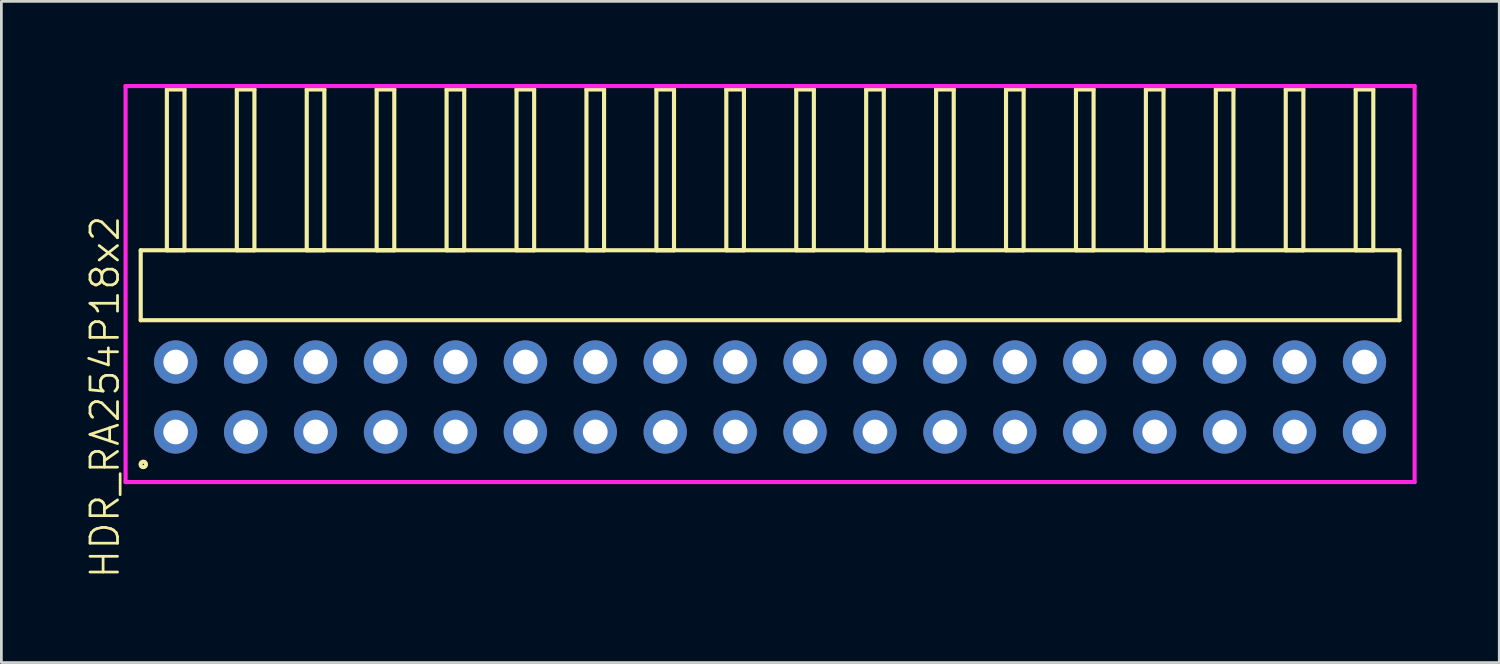
<source format=kicad_pcb>
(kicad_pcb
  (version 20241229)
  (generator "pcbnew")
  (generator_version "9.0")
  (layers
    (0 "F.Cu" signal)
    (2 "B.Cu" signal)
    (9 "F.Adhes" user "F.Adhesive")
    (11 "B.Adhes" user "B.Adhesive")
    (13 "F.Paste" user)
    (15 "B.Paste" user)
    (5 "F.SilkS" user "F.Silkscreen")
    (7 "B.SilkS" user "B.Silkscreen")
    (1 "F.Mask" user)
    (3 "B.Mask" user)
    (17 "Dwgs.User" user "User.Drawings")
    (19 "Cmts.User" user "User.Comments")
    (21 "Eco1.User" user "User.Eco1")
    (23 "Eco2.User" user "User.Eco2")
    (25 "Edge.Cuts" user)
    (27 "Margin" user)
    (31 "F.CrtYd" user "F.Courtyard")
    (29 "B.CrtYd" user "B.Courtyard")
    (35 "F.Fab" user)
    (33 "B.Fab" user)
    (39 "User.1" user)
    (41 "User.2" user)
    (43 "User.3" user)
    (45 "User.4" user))
  (footprint "HDR_RA254P18x2"
    (layer "F.Cu")
    (at 24.921 11.37)
    (property "Reference" "HDR_RA254P18x2" (at -24.16 0 90) (layer "F.SilkS") (effects (font (size 1 1) (thickness 0.1))))
    (attr through_hole)
    (fp_line (start -22.86 -5.33) (end -22.86 -2.79) (stroke (width 0.15) (type solid)) (layer "F.SilkS"))
    (fp_line (start -22.86 -2.79) (end 22.86 -2.79) (stroke (width 0.15) (type solid)) (layer "F.SilkS"))
    (fp_line (start -21.91 -11.17) (end -21.91 -5.33) (stroke (width 0.15) (type solid)) (layer "F.SilkS"))
    (fp_line (start -21.91 -5.33) (end -21.27 -5.33) (stroke (width 0.15) (type solid)) (layer "F.SilkS"))
    (fp_line (start -21.27 -11.17) (end -21.91 -11.17) (stroke (width 0.15) (type solid)) (layer "F.SilkS"))
    (fp_line (start -21.27 -5.33) (end -21.27 -11.17) (stroke (width 0.15) (type solid)) (layer "F.SilkS"))
    (fp_line (start -19.37 -11.17) (end -19.37 -5.33) (stroke (width 0.15) (type solid)) (layer "F.SilkS"))
    (fp_line (start -19.37 -5.33) (end -18.73 -5.33) (stroke (width 0.15) (type solid)) (layer "F.SilkS"))
    (fp_line (start -18.73 -11.17) (end -19.37 -11.17) (stroke (width 0.15) (type solid)) (layer "F.SilkS"))
    (fp_line (start -18.73 -5.33) (end -18.73 -11.17) (stroke (width 0.15) (type solid)) (layer "F.SilkS"))
    (fp_line (start -16.83 -11.17) (end -16.83 -5.33) (stroke (width 0.15) (type solid)) (layer "F.SilkS"))
    (fp_line (start -16.83 -5.33) (end -16.19 -5.33) (stroke (width 0.15) (type solid)) (layer "F.SilkS"))
    (fp_line (start -16.19 -11.17) (end -16.83 -11.17) (stroke (width 0.15) (type solid)) (layer "F.SilkS"))
    (fp_line (start -16.19 -5.33) (end -16.19 -11.17) (stroke (width 0.15) (type solid)) (layer "F.SilkS"))
    (fp_line (start -14.29 -11.17) (end -14.29 -5.33) (stroke (width 0.15) (type solid)) (layer "F.SilkS"))
    (fp_line (start -14.29 -5.33) (end -13.65 -5.33) (stroke (width 0.15) (type solid)) (layer "F.SilkS"))
    (fp_line (start -13.65 -11.17) (end -14.29 -11.17) (stroke (width 0.15) (type solid)) (layer "F.SilkS"))
    (fp_line (start -13.65 -5.33) (end -13.65 -11.17) (stroke (width 0.15) (type solid)) (layer "F.SilkS"))
    (fp_line (start -11.75 -11.17) (end -11.75 -5.33) (stroke (width 0.15) (type solid)) (layer "F.SilkS"))
    (fp_line (start -11.75 -5.33) (end -11.11 -5.33) (stroke (width 0.15) (type solid)) (layer "F.SilkS"))
    (fp_line (start -11.11 -11.17) (end -11.75 -11.17) (stroke (width 0.15) (type solid)) (layer "F.SilkS"))
    (fp_line (start -11.11 -5.33) (end -11.11 -11.17) (stroke (width 0.15) (type solid)) (layer "F.SilkS"))
    (fp_line (start -9.21 -11.17) (end -9.21 -5.33) (stroke (width 0.15) (type solid)) (layer "F.SilkS"))
    (fp_line (start -9.21 -5.33) (end -8.57 -5.33) (stroke (width 0.15) (type solid)) (layer "F.SilkS"))
    (fp_line (start -8.57 -11.17) (end -9.21 -11.17) (stroke (width 0.15) (type solid)) (layer "F.SilkS"))
    (fp_line (start -8.57 -5.33) (end -8.57 -11.17) (stroke (width 0.15) (type solid)) (layer "F.SilkS"))
    (fp_line (start -6.67 -11.17) (end -6.67 -5.33) (stroke (width 0.15) (type solid)) (layer "F.SilkS"))
    (fp_line (start -6.67 -5.33) (end -6.03 -5.33) (stroke (width 0.15) (type solid)) (layer "F.SilkS"))
    (fp_line (start -6.03 -11.17) (end -6.67 -11.17) (stroke (width 0.15) (type solid)) (layer "F.SilkS"))
    (fp_line (start -6.03 -5.33) (end -6.03 -11.17) (stroke (width 0.15) (type solid)) (layer "F.SilkS"))
    (fp_line (start -4.13 -11.17) (end -4.13 -5.33) (stroke (width 0.15) (type solid)) (layer "F.SilkS"))
    (fp_line (start -4.13 -5.33) (end -3.49 -5.33) (stroke (width 0.15) (type solid)) (layer "F.SilkS"))
    (fp_line (start -3.49 -11.17) (end -4.13 -11.17) (stroke (width 0.15) (type solid)) (layer "F.SilkS"))
    (fp_line (start -3.49 -5.33) (end -3.49 -11.17) (stroke (width 0.15) (type solid)) (layer "F.SilkS"))
    (fp_line (start -1.59 -11.17) (end -1.59 -5.33) (stroke (width 0.15) (type solid)) (layer "F.SilkS"))
    (fp_line (start -1.59 -5.33) (end -0.95 -5.33) (stroke (width 0.15) (type solid)) (layer "F.SilkS"))
    (fp_line (start -0.95 -11.17) (end -1.59 -11.17) (stroke (width 0.15) (type solid)) (layer "F.SilkS"))
    (fp_line (start -0.95 -5.33) (end -0.95 -11.17) (stroke (width 0.15) (type solid)) (layer "F.SilkS"))
    (fp_line (start 0.95 -11.17) (end 0.95 -5.33) (stroke (width 0.15) (type solid)) (layer "F.SilkS"))
    (fp_line (start 0.95 -5.33) (end 1.59 -5.33) (stroke (width 0.15) (type solid)) (layer "F.SilkS"))
    (fp_line (start 1.59 -11.17) (end 0.95 -11.17) (stroke (width 0.15) (type solid)) (layer "F.SilkS"))
    (fp_line (start 1.59 -5.33) (end 1.59 -11.17) (stroke (width 0.15) (type solid)) (layer "F.SilkS"))
    (fp_line (start 3.49 -11.17) (end 3.49 -5.33) (stroke (width 0.15) (type solid)) (layer "F.SilkS"))
    (fp_line (start 3.49 -5.33) (end 4.13 -5.33) (stroke (width 0.15) (type solid)) (layer "F.SilkS"))
    (fp_line (start 4.13 -11.17) (end 3.49 -11.17) (stroke (width 0.15) (type solid)) (layer "F.SilkS"))
    (fp_line (start 4.13 -5.33) (end 4.13 -11.17) (stroke (width 0.15) (type solid)) (layer "F.SilkS"))
    (fp_line (start 6.03 -11.17) (end 6.03 -5.33) (stroke (width 0.15) (type solid)) (layer "F.SilkS"))
    (fp_line (start 6.03 -5.33) (end 6.67 -5.33) (stroke (width 0.15) (type solid)) (layer "F.SilkS"))
    (fp_line (start 6.67 -11.17) (end 6.03 -11.17) (stroke (width 0.15) (type solid)) (layer "F.SilkS"))
    (fp_line (start 6.67 -5.33) (end 6.67 -11.17) (stroke (width 0.15) (type solid)) (layer "F.SilkS"))
    (fp_line (start 8.57 -11.17) (end 8.57 -5.33) (stroke (width 0.15) (type solid)) (layer "F.SilkS"))
    (fp_line (start 8.57 -5.33) (end 9.21 -5.33) (stroke (width 0.15) (type solid)) (layer "F.SilkS"))
    (fp_line (start 9.21 -11.17) (end 8.57 -11.17) (stroke (width 0.15) (type solid)) (layer "F.SilkS"))
    (fp_line (start 9.21 -5.33) (end 9.21 -11.17) (stroke (width 0.15) (type solid)) (layer "F.SilkS"))
    (fp_line (start 11.11 -11.17) (end 11.11 -5.33) (stroke (width 0.15) (type solid)) (layer "F.SilkS"))
    (fp_line (start 11.11 -5.33) (end 11.75 -5.33) (stroke (width 0.15) (type solid)) (layer "F.SilkS"))
    (fp_line (start 11.75 -11.17) (end 11.11 -11.17) (stroke (width 0.15) (type solid)) (layer "F.SilkS"))
    (fp_line (start 11.75 -5.33) (end 11.75 -11.17) (stroke (width 0.15) (type solid)) (layer "F.SilkS"))
    (fp_line (start 13.65 -11.17) (end 13.65 -5.33) (stroke (width 0.15) (type solid)) (layer "F.SilkS"))
    (fp_line (start 13.65 -5.33) (end 14.29 -5.33) (stroke (width 0.15) (type solid)) (layer "F.SilkS"))
    (fp_line (start 14.29 -11.17) (end 13.65 -11.17) (stroke (width 0.15) (type solid)) (layer "F.SilkS"))
    (fp_line (start 14.29 -5.33) (end 14.29 -11.17) (stroke (width 0.15) (type solid)) (layer "F.SilkS"))
    (fp_line (start 16.19 -11.17) (end 16.19 -5.33) (stroke (width 0.15) (type solid)) (layer "F.SilkS"))
    (fp_line (start 16.19 -5.33) (end 16.83 -5.33) (stroke (width 0.15) (type solid)) (layer "F.SilkS"))
    (fp_line (start 16.83 -11.17) (end 16.19 -11.17) (stroke (width 0.15) (type solid)) (layer "F.SilkS"))
    (fp_line (start 16.83 -5.33) (end 16.83 -11.17) (stroke (width 0.15) (type solid)) (layer "F.SilkS"))
    (fp_line (start 18.73 -11.17) (end 18.73 -5.33) (stroke (width 0.15) (type solid)) (layer "F.SilkS"))
    (fp_line (start 18.73 -5.33) (end 19.37 -5.33) (stroke (width 0.15) (type solid)) (layer "F.SilkS"))
    (fp_line (start 19.37 -11.17) (end 18.73 -11.17) (stroke (width 0.15) (type solid)) (layer "F.SilkS"))
    (fp_line (start 19.37 -5.33) (end 19.37 -11.17) (stroke (width 0.15) (type solid)) (layer "F.SilkS"))
    (fp_line (start 21.27 -11.17) (end 21.27 -5.33) (stroke (width 0.15) (type solid)) (layer "F.SilkS"))
    (fp_line (start 21.27 -5.33) (end 21.91 -5.33) (stroke (width 0.15) (type solid)) (layer "F.SilkS"))
    (fp_line (start 21.91 -11.17) (end 21.27 -11.17) (stroke (width 0.15) (type solid)) (layer "F.SilkS"))
    (fp_line (start 21.91 -5.33) (end 21.91 -11.17) (stroke (width 0.15) (type solid)) (layer "F.SilkS"))
    (fp_line (start 22.86 -5.33) (end -22.86 -5.33) (stroke (width 0.15) (type solid)) (layer "F.SilkS"))
    (fp_line (start 22.86 -2.79) (end 22.86 -5.33) (stroke (width 0.15) (type solid)) (layer "F.SilkS"))
    (fp_circle (center -22.767 2.448) (end -22.667 2.448) (stroke (width 0.15) (type solid)) (fill no) (layer "F.SilkS"))
    (fp_line (start -23.41 -11.295) (end -23.41 3.09) (stroke (width 0.15) (type solid)) (layer "F.CrtYd"))
    (fp_line (start -23.41 3.09) (end 23.41 3.09) (stroke (width 0.15) (type solid)) (layer "F.CrtYd"))
    (fp_line (start 23.41 -11.295) (end -23.41 -11.295) (stroke (width 0.15) (type solid)) (layer "F.CrtYd"))
    (fp_line (start 23.41 3.09) (end 23.41 -11.295) (stroke (width 0.15) (type solid)) (layer "F.CrtYd"))
    (pad "1" thru_hole oval (at -21.59 1.27) (size 1.57 1.57) (drill 0.9) (layers "*.Cu" "*.Mask"))
    (pad "2" thru_hole oval (at -21.59 -1.27) (size 1.57 1.57) (drill 0.9) (layers "*.Cu" "*.Mask"))
    (pad "3" thru_hole oval (at -19.05 1.27) (size 1.57 1.57) (drill 0.9) (layers "*.Cu" "*.Mask"))
    (pad "4" thru_hole oval (at -19.05 -1.27) (size 1.57 1.57) (drill 0.9) (layers "*.Cu" "*.Mask"))
    (pad "5" thru_hole oval (at -16.51 1.27) (size 1.57 1.57) (drill 0.9) (layers "*.Cu" "*.Mask"))
    (pad "6" thru_hole oval (at -16.51 -1.27) (size 1.57 1.57) (drill 0.9) (layers "*.Cu" "*.Mask"))
    (pad "7" thru_hole oval (at -13.97 1.27) (size 1.57 1.57) (drill 0.9) (layers "*.Cu" "*.Mask"))
    (pad "8" thru_hole oval (at -13.97 -1.27) (size 1.57 1.57) (drill 0.9) (layers "*.Cu" "*.Mask"))
    (pad "9" thru_hole oval (at -11.43 1.27) (size 1.57 1.57) (drill 0.9) (layers "*.Cu" "*.Mask"))
    (pad "10" thru_hole oval (at -11.43 -1.27) (size 1.57 1.57) (drill 0.9) (layers "*.Cu" "*.Mask"))
    (pad "11" thru_hole oval (at -8.89 1.27) (size 1.57 1.57) (drill 0.9) (layers "*.Cu" "*.Mask"))
    (pad "12" thru_hole oval (at -8.89 -1.27) (size 1.57 1.57) (drill 0.9) (layers "*.Cu" "*.Mask"))
    (pad "13" thru_hole oval (at -6.35 1.27) (size 1.57 1.57) (drill 0.9) (layers "*.Cu" "*.Mask"))
    (pad "14" thru_hole oval (at -6.35 -1.27) (size 1.57 1.57) (drill 0.9) (layers "*.Cu" "*.Mask"))
    (pad "15" thru_hole oval (at -3.81 1.27) (size 1.57 1.57) (drill 0.9) (layers "*.Cu" "*.Mask"))
    (pad "16" thru_hole oval (at -3.81 -1.27) (size 1.57 1.57) (drill 0.9) (layers "*.Cu" "*.Mask"))
    (pad "17" thru_hole oval (at -1.27 1.27) (size 1.57 1.57) (drill 0.9) (layers "*.Cu" "*.Mask"))
    (pad "18" thru_hole oval (at -1.27 -1.27) (size 1.57 1.57) (drill 0.9) (layers "*.Cu" "*.Mask"))
    (pad "19" thru_hole oval (at 1.27 1.27) (size 1.57 1.57) (drill 0.9) (layers "*.Cu" "*.Mask"))
    (pad "20" thru_hole oval (at 1.27 -1.27) (size 1.57 1.57) (drill 0.9) (layers "*.Cu" "*.Mask"))
    (pad "21" thru_hole oval (at 3.81 1.27) (size 1.57 1.57) (drill 0.9) (layers "*.Cu" "*.Mask"))
    (pad "22" thru_hole oval (at 3.81 -1.27) (size 1.57 1.57) (drill 0.9) (layers "*.Cu" "*.Mask"))
    (pad "23" thru_hole oval (at 6.35 1.27) (size 1.57 1.57) (drill 0.9) (layers "*.Cu" "*.Mask"))
    (pad "24" thru_hole oval (at 6.35 -1.27) (size 1.57 1.57) (drill 0.9) (layers "*.Cu" "*.Mask"))
    (pad "25" thru_hole oval (at 8.89 1.27) (size 1.57 1.57) (drill 0.9) (layers "*.Cu" "*.Mask"))
    (pad "26" thru_hole oval (at 8.89 -1.27) (size 1.57 1.57) (drill 0.9) (layers "*.Cu" "*.Mask"))
    (pad "27" thru_hole oval (at 11.43 1.27) (size 1.57 1.57) (drill 0.9) (layers "*.Cu" "*.Mask"))
    (pad "28" thru_hole oval (at 11.43 -1.27) (size 1.57 1.57) (drill 0.9) (layers "*.Cu" "*.Mask"))
    (pad "29" thru_hole oval (at 13.97 1.27) (size 1.57 1.57) (drill 0.9) (layers "*.Cu" "*.Mask"))
    (pad "30" thru_hole oval (at 13.97 -1.27) (size 1.57 1.57) (drill 0.9) (layers "*.Cu" "*.Mask"))
    (pad "31" thru_hole oval (at 16.51 1.27) (size 1.57 1.57) (drill 0.9) (layers "*.Cu" "*.Mask"))
    (pad "32" thru_hole oval (at 16.51 -1.27) (size 1.57 1.57) (drill 0.9) (layers "*.Cu" "*.Mask"))
    (pad "33" thru_hole oval (at 19.05 1.27) (size 1.57 1.57) (drill 0.9) (layers "*.Cu" "*.Mask"))
    (pad "34" thru_hole oval (at 19.05 -1.27) (size 1.57 1.57) (drill 0.9) (layers "*.Cu" "*.Mask"))
    (pad "35" thru_hole oval (at 21.59 1.27) (size 1.57 1.57) (drill 0.9) (layers "*.Cu" "*.Mask"))
    (pad "36" thru_hole oval (at 21.59 -1.27) (size 1.57 1.57) (drill 0.9) (layers "*.Cu" "*.Mask")))
  (gr_rect
    (start -3 -3)
    (end 51.406 21.015)
    (stroke (width 0.1) (type default))
    (fill no)
    (layer "Edge.Cuts")))
</source>
